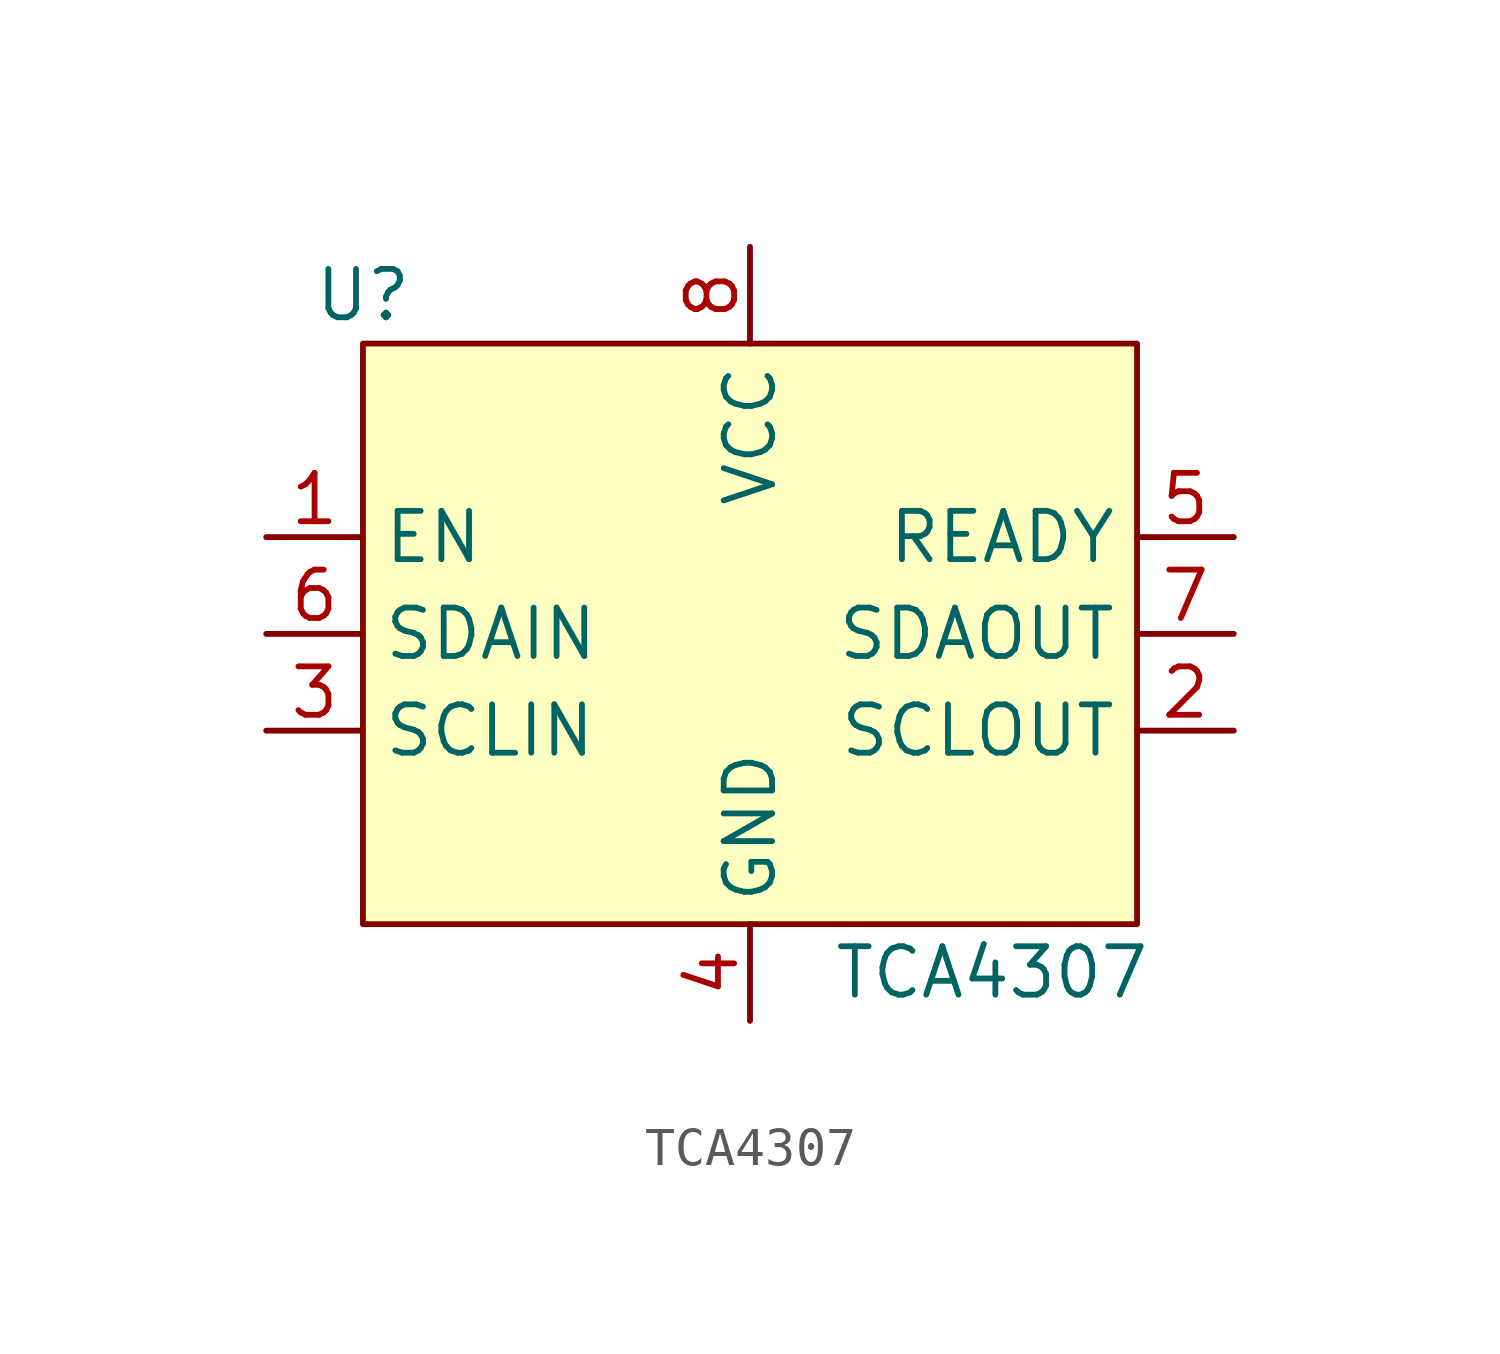
<source format=kicad_sym>
(kicad_symbol_lib
  (version 20241209)
  (generator "kicad_symbol_editor")
  (generator_version "9.0")
  (symbol "TCA4307"
    (property "Reference" "U"
      (at -10.16 8.89 0)
      (effects (font (size 1.27 1.27))))
    (property "Value" "TCA4307"
      (at 6.35 -8.89 0)
      (effects (font (size 1.27 1.27))))
    (symbol "TCA4307_0_0"
      (pin power_in line (at 0 10.16 270) (length 2.54) (name "VCC" (effects (font (size 1.27 1.27)))) (number "8" (effects (font (size 1.27 1.27)))))
      (pin output line (at 12.7 0 180) (length 2.54) (name "SDAOUT" (effects (font (size 1.27 1.27)))) (number "7" (effects (font (size 1.27 1.27)))))
      (pin output line (at 12.7 -2.54 180) (length 2.54) (name "SCLOUT" (effects (font (size 1.27 1.27)))) (number "2" (effects (font (size 1.27 1.27))))))
    (symbol "TCA4307_1_0"
      (pin input line (at -12.7 2.54 0) (length 2.54) (name "EN" (effects (font (size 1.27 1.27)))) (number "1" (effects (font (size 1.27 1.27)))))
      (pin input line (at -12.7 0 0) (length 2.54) (name "SDAIN" (effects (font (size 1.27 1.27)))) (number "6" (effects (font (size 1.27 1.27)))))
      (pin input line (at -12.7 -2.54 0) (length 2.54) (name "SCLIN" (effects (font (size 1.27 1.27)))) (number "3" (effects (font (size 1.27 1.27)))))
      (pin power_in line (at 0 -10.16 90) (length 2.54) (name "GND" (effects (font (size 1.27 1.27)))) (number "4" (effects (font (size 1.27 1.27)))))
      (pin passive line (at 0 -10.16 90) (length 2.54) (hide yes) (name "EP" (effects (font (size 1.27 1.27)))) (number "9" (effects (font (size 1.27 1.27)))))
      (pin output line (at 12.7 2.54 180) (length 2.54) (name "READY" (effects (font (size 1.27 1.27)))) (number "5" (effects (font (size 1.27 1.27))))))
    (symbol "TCA4307_1_1"
      (rectangle (start -10.16 7.62) (end 10.16 -7.62) (stroke (width 0) (type solid)) (fill (type background))))))
</source>
